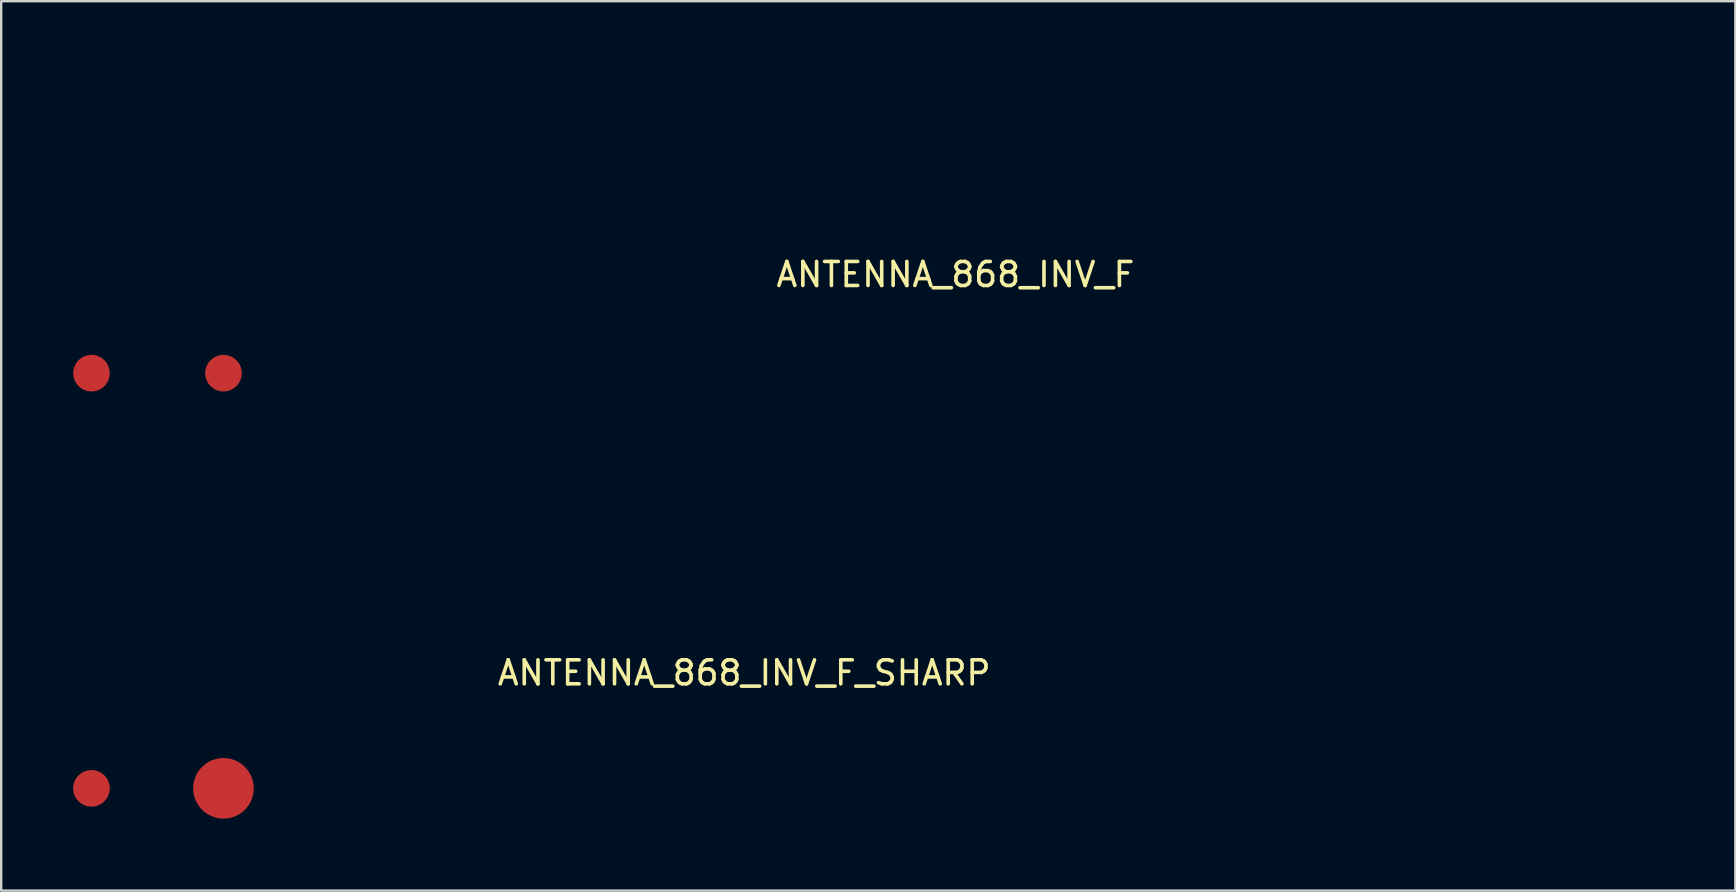
<source format=kicad_pcb>
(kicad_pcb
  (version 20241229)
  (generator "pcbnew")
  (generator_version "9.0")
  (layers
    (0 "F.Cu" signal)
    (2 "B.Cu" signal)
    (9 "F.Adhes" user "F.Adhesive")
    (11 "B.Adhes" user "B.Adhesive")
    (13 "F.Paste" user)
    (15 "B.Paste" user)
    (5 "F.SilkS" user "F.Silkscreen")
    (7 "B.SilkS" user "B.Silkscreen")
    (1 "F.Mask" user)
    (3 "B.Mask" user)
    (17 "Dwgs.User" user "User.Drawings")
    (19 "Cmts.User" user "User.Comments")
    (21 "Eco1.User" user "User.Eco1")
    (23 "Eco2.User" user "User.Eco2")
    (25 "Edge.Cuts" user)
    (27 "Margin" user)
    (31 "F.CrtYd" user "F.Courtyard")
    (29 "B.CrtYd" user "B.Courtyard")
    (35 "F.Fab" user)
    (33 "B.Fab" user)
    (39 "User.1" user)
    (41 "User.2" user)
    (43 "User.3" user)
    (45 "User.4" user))
  (footprint "ANTENNA_868_INV_F_SHARP"
    (layer "F.Cu")
    (at 0.762 29)
    (property "Reference" "ANTENNA_868_INV_F_SHARP" (at 27.2 -4.01 0) (layer "F.SilkS") (effects (font (size 1 1) (thickness 0.15))))
    (attr through_hole)
    (fp_line (start -0.4 -12.4) (end -0.4 -11.9) (stroke (width 0.2) (type solid)) (layer "F.Mask"))
    (fp_line (start 0 -12) (end 5 -12) (stroke (width 1) (type solid)) (layer "F.Mask"))
    (fp_line (start 0 0.8) (end 0 -12) (stroke (width 1) (type solid)) (layer "F.Mask"))
    (fp_line (start 0.1 -12.4) (end -0.4 -12.4) (stroke (width 0.2) (type solid)) (layer "F.Mask"))
    (fp_line (start 2.6 -12) (end 8.2 -12) (stroke (width 1) (type solid)) (layer "F.Mask"))
    (fp_line (start 5.5 0.8) (end 5.5 -11.5) (stroke (width 2) (type solid)) (layer "F.Mask"))
    (fp_line (start 6 -12) (end 10 -12) (stroke (width 1) (type solid)) (layer "F.Mask"))
    (fp_line (start 9.6 -9.1) (end 10.4 -11.5) (stroke (width 0.2) (type solid)) (layer "F.Mask"))
    (fp_line (start 9.6 -8.5) (end 9.6 -9.1) (stroke (width 0.2) (type solid)) (layer "F.Mask"))
    (fp_line (start 9.7 -12.4) (end 0.1 -12.4) (stroke (width 0.2) (type solid)) (layer "F.Mask"))
    (fp_line (start 10 -12) (end 10 -8.9) (stroke (width 1) (type solid)) (layer "F.Mask"))
    (fp_line (start 10 -8.9) (end 14.5 -8.9) (stroke (width 1) (type solid)) (layer "F.Mask"))
    (fp_line (start 10.1 -8.5) (end 9.6 -8.5) (stroke (width 0.2) (type solid)) (layer "F.Mask"))
    (fp_line (start 10.4 -12.4) (end 9.7 -12.4) (stroke (width 0.2) (type solid)) (layer "F.Mask"))
    (fp_line (start 10.4 -11.5) (end 10.4 -12.4) (stroke (width 0.2) (type solid)) (layer "F.Mask"))
    (fp_line (start 14.1 -12.4) (end 14.1 -11.9) (stroke (width 0.2) (type solid)) (layer "F.Mask"))
    (fp_line (start 14.1 -11.9) (end 14.9 -9) (stroke (width 0.2) (type solid)) (layer "F.Mask"))
    (fp_line (start 14.3 -8.5) (end 10.1 -8.5) (stroke (width 0.2) (type solid)) (layer "F.Mask"))
    (fp_line (start 14.5 -12) (end 19 -12) (stroke (width 1) (type solid)) (layer "F.Mask"))
    (fp_line (start 14.5 -8.9) (end 14.5 -12) (stroke (width 1) (type solid)) (layer "F.Mask"))
    (fp_line (start 14.6 -12.4) (end 14.1 -12.4) (stroke (width 0.2) (type solid)) (layer "F.Mask"))
    (fp_line (start 14.9 -9) (end 14.9 -8.5) (stroke (width 0.2) (type solid)) (layer "F.Mask"))
    (fp_line (start 14.9 -8.5) (end 14.3 -8.5) (stroke (width 0.2) (type solid)) (layer "F.Mask"))
    (fp_line (start 18.4 -12.4) (end 14.6 -12.4) (stroke (width 0.2) (type solid)) (layer "F.Mask"))
    (fp_line (start 18.6 -9.1) (end 19.4 -11.3) (stroke (width 0.2) (type solid)) (layer "F.Mask"))
    (fp_line (start 18.6 -8.5) (end 18.6 -9.1) (stroke (width 0.2) (type solid)) (layer "F.Mask"))
    (fp_line (start 19 -12) (end 19 -8.9) (stroke (width 1) (type solid)) (layer "F.Mask"))
    (fp_line (start 19 -8.9) (end 23.5 -8.9) (stroke (width 1) (type solid)) (layer "F.Mask"))
    (fp_line (start 19.4 -12.4) (end 18.4 -12.4) (stroke (width 0.2) (type solid)) (layer "F.Mask"))
    (fp_line (start 19.4 -11.3) (end 19.4 -12.4) (stroke (width 0.2) (type solid)) (layer "F.Mask"))
    (fp_line (start 19.6 -8.5) (end 18.6 -8.5) (stroke (width 0.2) (type solid)) (layer "F.Mask"))
    (fp_line (start 23 -8.5) (end 19.6 -8.5) (stroke (width 0.2) (type solid)) (layer "F.Mask"))
    (fp_line (start 23.1 -12.4) (end 23.1 -11.9) (stroke (width 0.2) (type solid)) (layer "F.Mask"))
    (fp_line (start 23.1 -11.9) (end 23.9 -9) (stroke (width 0.2) (type solid)) (layer "F.Mask"))
    (fp_line (start 23.5 -12) (end 28 -12) (stroke (width 1) (type solid)) (layer "F.Mask"))
    (fp_line (start 23.5 -9) (end 23.5 -12) (stroke (width 1) (type solid)) (layer "F.Mask"))
    (fp_line (start 23.8 -12.4) (end 23.1 -12.4) (stroke (width 0.2) (type solid)) (layer "F.Mask"))
    (fp_line (start 23.9 -9) (end 23.9 -8.5) (stroke (width 0.2) (type solid)) (layer "F.Mask"))
    (fp_line (start 23.9 -8.5) (end 23 -8.5) (stroke (width 0.2) (type solid)) (layer "F.Mask"))
    (fp_line (start 27.6 -12.4) (end 23.8 -12.4) (stroke (width 0.2) (type solid)) (layer "F.Mask"))
    (fp_line (start 27.6 -9.1) (end 28.4 -11.5) (stroke (width 0.2) (type solid)) (layer "F.Mask"))
    (fp_line (start 27.6 -8.5) (end 27.6 -9.1) (stroke (width 0.2) (type solid)) (layer "F.Mask"))
    (fp_line (start 28 -12) (end 28 -9) (stroke (width 1) (type solid)) (layer "F.Mask"))
    (fp_line (start 28 -8.9) (end 32.5 -8.9) (stroke (width 1) (type solid)) (layer "F.Mask"))
    (fp_line (start 28.4 -12.4) (end 27.6 -12.4) (stroke (width 0.2) (type solid)) (layer "F.Mask"))
    (fp_line (start 28.4 -11.5) (end 28.4 -12.4) (stroke (width 0.2) (type solid)) (layer "F.Mask"))
    (fp_line (start 28.6 -8.5) (end 27.6 -8.5) (stroke (width 0.2) (type solid)) (layer "F.Mask"))
    (fp_line (start 31.6 -8.5) (end 28.6 -8.5) (stroke (width 0.2) (type solid)) (layer "F.Mask"))
    (fp_line (start 32.1 -12.4) (end 32.1 -11.5) (stroke (width 0.2) (type solid)) (layer "F.Mask"))
    (fp_line (start 32.1 -11.5) (end 32.9 -9.4) (stroke (width 0.2) (type solid)) (layer "F.Mask"))
    (fp_line (start 32.5 -12) (end 37 -12) (stroke (width 1) (type solid)) (layer "F.Mask"))
    (fp_line (start 32.5 -8.9) (end 32.5 -12) (stroke (width 1) (type solid)) (layer "F.Mask"))
    (fp_line (start 32.6 -12.4) (end 32.1 -12.4) (stroke (width 0.2) (type solid)) (layer "F.Mask"))
    (fp_line (start 32.9 -9.4) (end 32.9 -8.5) (stroke (width 0.2) (type solid)) (layer "F.Mask"))
    (fp_line (start 32.9 -8.5) (end 31.6 -8.5) (stroke (width 0.2) (type solid)) (layer "F.Mask"))
    (fp_line (start 36.6 -9) (end 37.4 -11.3) (stroke (width 0.2) (type solid)) (layer "F.Mask"))
    (fp_line (start 36.6 -8.5) (end 36.6 -9) (stroke (width 0.2) (type solid)) (layer "F.Mask"))
    (fp_line (start 36.7 -12.4) (end 32.6 -12.4) (stroke (width 0.2) (type solid)) (layer "F.Mask"))
    (fp_line (start 37 -12) (end 37 -8.9) (stroke (width 1) (type solid)) (layer "F.Mask"))
    (fp_line (start 37 -8.9) (end 41.5 -8.9) (stroke (width 1) (type solid)) (layer "F.Mask"))
    (fp_line (start 37.2 -8.5) (end 36.6 -8.5) (stroke (width 0.2) (type solid)) (layer "F.Mask"))
    (fp_line (start 37.4 -12.4) (end 36.7 -12.4) (stroke (width 0.2) (type solid)) (layer "F.Mask"))
    (fp_line (start 37.4 -11.3) (end 37.4 -12.4) (stroke (width 0.2) (type solid)) (layer "F.Mask"))
    (fp_line (start 40.9 -8.5) (end 37.2 -8.5) (stroke (width 0.2) (type solid)) (layer "F.Mask"))
    (fp_line (start 41.1 -12.4) (end 41.1 -11.6) (stroke (width 0.2) (type solid)) (layer "F.Mask"))
    (fp_line (start 41.1 -11.6) (end 41.9 -10) (stroke (width 0.2) (type solid)) (layer "F.Mask"))
    (fp_line (start 41.5 -12) (end 46 -12) (stroke (width 1) (type solid)) (layer "F.Mask"))
    (fp_line (start 41.5 -8.9) (end 41.5 -12) (stroke (width 1) (type solid)) (layer "F.Mask"))
    (fp_line (start 41.9 -10) (end 41.9 -8.5) (stroke (width 0.2) (type solid)) (layer "F.Mask"))
    (fp_line (start 41.9 -8.5) (end 40.9 -8.5) (stroke (width 0.2) (type solid)) (layer "F.Mask"))
    (fp_line (start 45.6 -9.3) (end 46.4 -11.8) (stroke (width 0.2) (type solid)) (layer "F.Mask"))
    (fp_line (start 45.6 -8.5) (end 45.6 -9.3) (stroke (width 0.2) (type solid)) (layer "F.Mask"))
    (fp_line (start 45.7 -12.4) (end 41.1 -12.4) (stroke (width 0.2) (type solid)) (layer "F.Mask"))
    (fp_line (start 46 -12) (end 46 -8.9) (stroke (width 1) (type solid)) (layer "F.Mask"))
    (fp_line (start 46 -8.9) (end 50.5 -8.9) (stroke (width 1) (type solid)) (layer "F.Mask"))
    (fp_line (start 46.3 -8.5) (end 45.6 -8.5) (stroke (width 0.2) (type solid)) (layer "F.Mask"))
    (fp_line (start 46.4 -12.4) (end 45.7 -12.4) (stroke (width 0.2) (type solid)) (layer "F.Mask"))
    (fp_line (start 46.4 -11.8) (end 46.4 -12.4) (stroke (width 0.2) (type solid)) (layer "F.Mask"))
    (fp_line (start 50 -8.5) (end 46.3 -8.5) (stroke (width 0.2) (type solid)) (layer "F.Mask"))
    (fp_line (start 50.1 -12.4) (end 50.1 -11.5) (stroke (width 0.2) (type solid)) (layer "F.Mask"))
    (fp_line (start 50.1 -11.5) (end 50.9 -9.5) (stroke (width 0.2) (type solid)) (layer "F.Mask"))
    (fp_line (start 50.5 -12) (end 55 -12) (stroke (width 1) (type solid)) (layer "F.Mask"))
    (fp_line (start 50.5 -8.9) (end 50.5 -12) (stroke (width 1) (type solid)) (layer "F.Mask"))
    (fp_line (start 50.9 -9.5) (end 50.9 -8.5) (stroke (width 0.2) (type solid)) (layer "F.Mask"))
    (fp_line (start 50.9 -8.5) (end 50 -8.5) (stroke (width 0.2) (type solid)) (layer "F.Mask"))
    (fp_line (start 54.6 -9) (end 55.4 -11.7) (stroke (width 0.2) (type solid)) (layer "F.Mask"))
    (fp_line (start 54.6 -8.5) (end 54.6 -9) (stroke (width 0.2) (type solid)) (layer "F.Mask"))
    (fp_line (start 55 -12) (end 55 -8.9) (stroke (width 1) (type solid)) (layer "F.Mask"))
    (fp_line (start 55.4 -12.4) (end 50.1 -12.4) (stroke (width 0.2) (type solid)) (layer "F.Mask"))
    (fp_line (start 55.4 -11.7) (end 55.4 -12.4) (stroke (width 0.2) (type solid)) (layer "F.Mask"))
    (fp_line (start 55.4 -9) (end 55.4 -8.5) (stroke (width 0.2) (type solid)) (layer "F.Mask"))
    (fp_line (start 55.4 -8.5) (end 54.6 -8.5) (stroke (width 0.2) (type solid)) (layer "F.Mask"))
    (pad "GND" smd circle (at 0 0.8) (size 1.524 1.524) (layers "F.Cu" "F.Mask" "F.Paste"))
    (pad "~" smd circle (at 5.5 0.8) (size 2.524 2.524) (layers "F.Cu" "F.Mask" "F.Paste")))
  (footprint "ANTENNA_868_INV_F"
    (layer "F.Cu")
    (at 0.762 12.5)
    (property "Reference" "ANTENNA_868_INV_F" (at 36 -4.11 0) (layer "F.SilkS") (effects (font (size 1 1) (thickness 0.15))))
    (attr through_hole)
    (fp_line (start 0 -12) (end 5 -12) (stroke (width 1) (type solid)) (layer "F.Mask"))
    (fp_line (start 0 0) (end 0 -12) (stroke (width 1) (type solid)) (layer "F.Mask"))
    (fp_line (start 2.6 -12) (end 8.2 -12) (stroke (width 1) (type solid)) (layer "F.Mask"))
    (fp_line (start 5.5 0) (end 5.5 -11.5) (stroke (width 2) (type solid)) (layer "F.Mask"))
    (fp_line (start 6 -12) (end 10 -12) (stroke (width 1) (type solid)) (layer "F.Mask"))
    (fp_line (start 10 -12) (end 10 -8.9) (stroke (width 1) (type solid)) (layer "F.Mask"))
    (fp_line (start 10 -8.9) (end 15.5 -8.9) (stroke (width 1) (type solid)) (layer "F.Mask"))
    (fp_line (start 15.5 -12) (end 21 -12) (stroke (width 1) (type solid)) (layer "F.Mask"))
    (fp_line (start 15.5 -8.9) (end 15.5 -12) (stroke (width 1) (type solid)) (layer "F.Mask"))
    (fp_line (start 21 -12) (end 21 -8.9) (stroke (width 1) (type solid)) (layer "F.Mask"))
    (fp_line (start 21 -8.9) (end 26.5 -8.9) (stroke (width 1) (type solid)) (layer "F.Mask"))
    (fp_line (start 26.5 -12) (end 32 -12) (stroke (width 1) (type solid)) (layer "F.Mask"))
    (fp_line (start 26.5 -9) (end 26.5 -12) (stroke (width 1) (type solid)) (layer "F.Mask"))
    (fp_line (start 32 -12) (end 32 -9) (stroke (width 1) (type solid)) (layer "F.Mask"))
    (fp_line (start 32 -8.9) (end 37.5 -8.9) (stroke (width 1) (type solid)) (layer "F.Mask"))
    (fp_line (start 37.5 -12) (end 43 -12) (stroke (width 1) (type solid)) (layer "F.Mask"))
    (fp_line (start 37.5 -8.9) (end 37.5 -12) (stroke (width 1) (type solid)) (layer "F.Mask"))
    (fp_line (start 43 -12) (end 43 -8.9) (stroke (width 1) (type solid)) (layer "F.Mask"))
    (fp_line (start 43 -8.9) (end 48.5 -8.9) (stroke (width 1) (type solid)) (layer "F.Mask"))
    (fp_line (start 48.5 -12) (end 54 -12) (stroke (width 1) (type solid)) (layer "F.Mask"))
    (fp_line (start 48.5 -8.9) (end 48.5 -12) (stroke (width 1) (type solid)) (layer "F.Mask"))
    (fp_line (start 54 -12) (end 54 -8.9) (stroke (width 1) (type solid)) (layer "F.Mask"))
    (fp_line (start 54 -8.9) (end 59.5 -8.9) (stroke (width 1) (type solid)) (layer "F.Mask"))
    (fp_line (start 59.5 -12) (end 65 -12) (stroke (width 1) (type solid)) (layer "F.Mask"))
    (fp_line (start 59.5 -8.9) (end 59.5 -12) (stroke (width 1) (type solid)) (layer "F.Mask"))
    (fp_line (start 65 -12) (end 65 -8.9) (stroke (width 1) (type solid)) (layer "F.Mask"))
    (pad "GND" smd circle (at 0 0) (size 1.524 1.524) (layers "F.Cu" "F.Mask" "F.Paste"))
    (pad "~" smd circle (at 5.5 0) (size 1.524 1.524) (layers "F.Cu" "F.Mask" "F.Paste")))
  (gr_rect
    (start -3 -3)
    (end 69.262 34.062)
    (stroke (width 0.1) (type default))
    (fill no)
    (layer "Edge.Cuts")))
</source>
